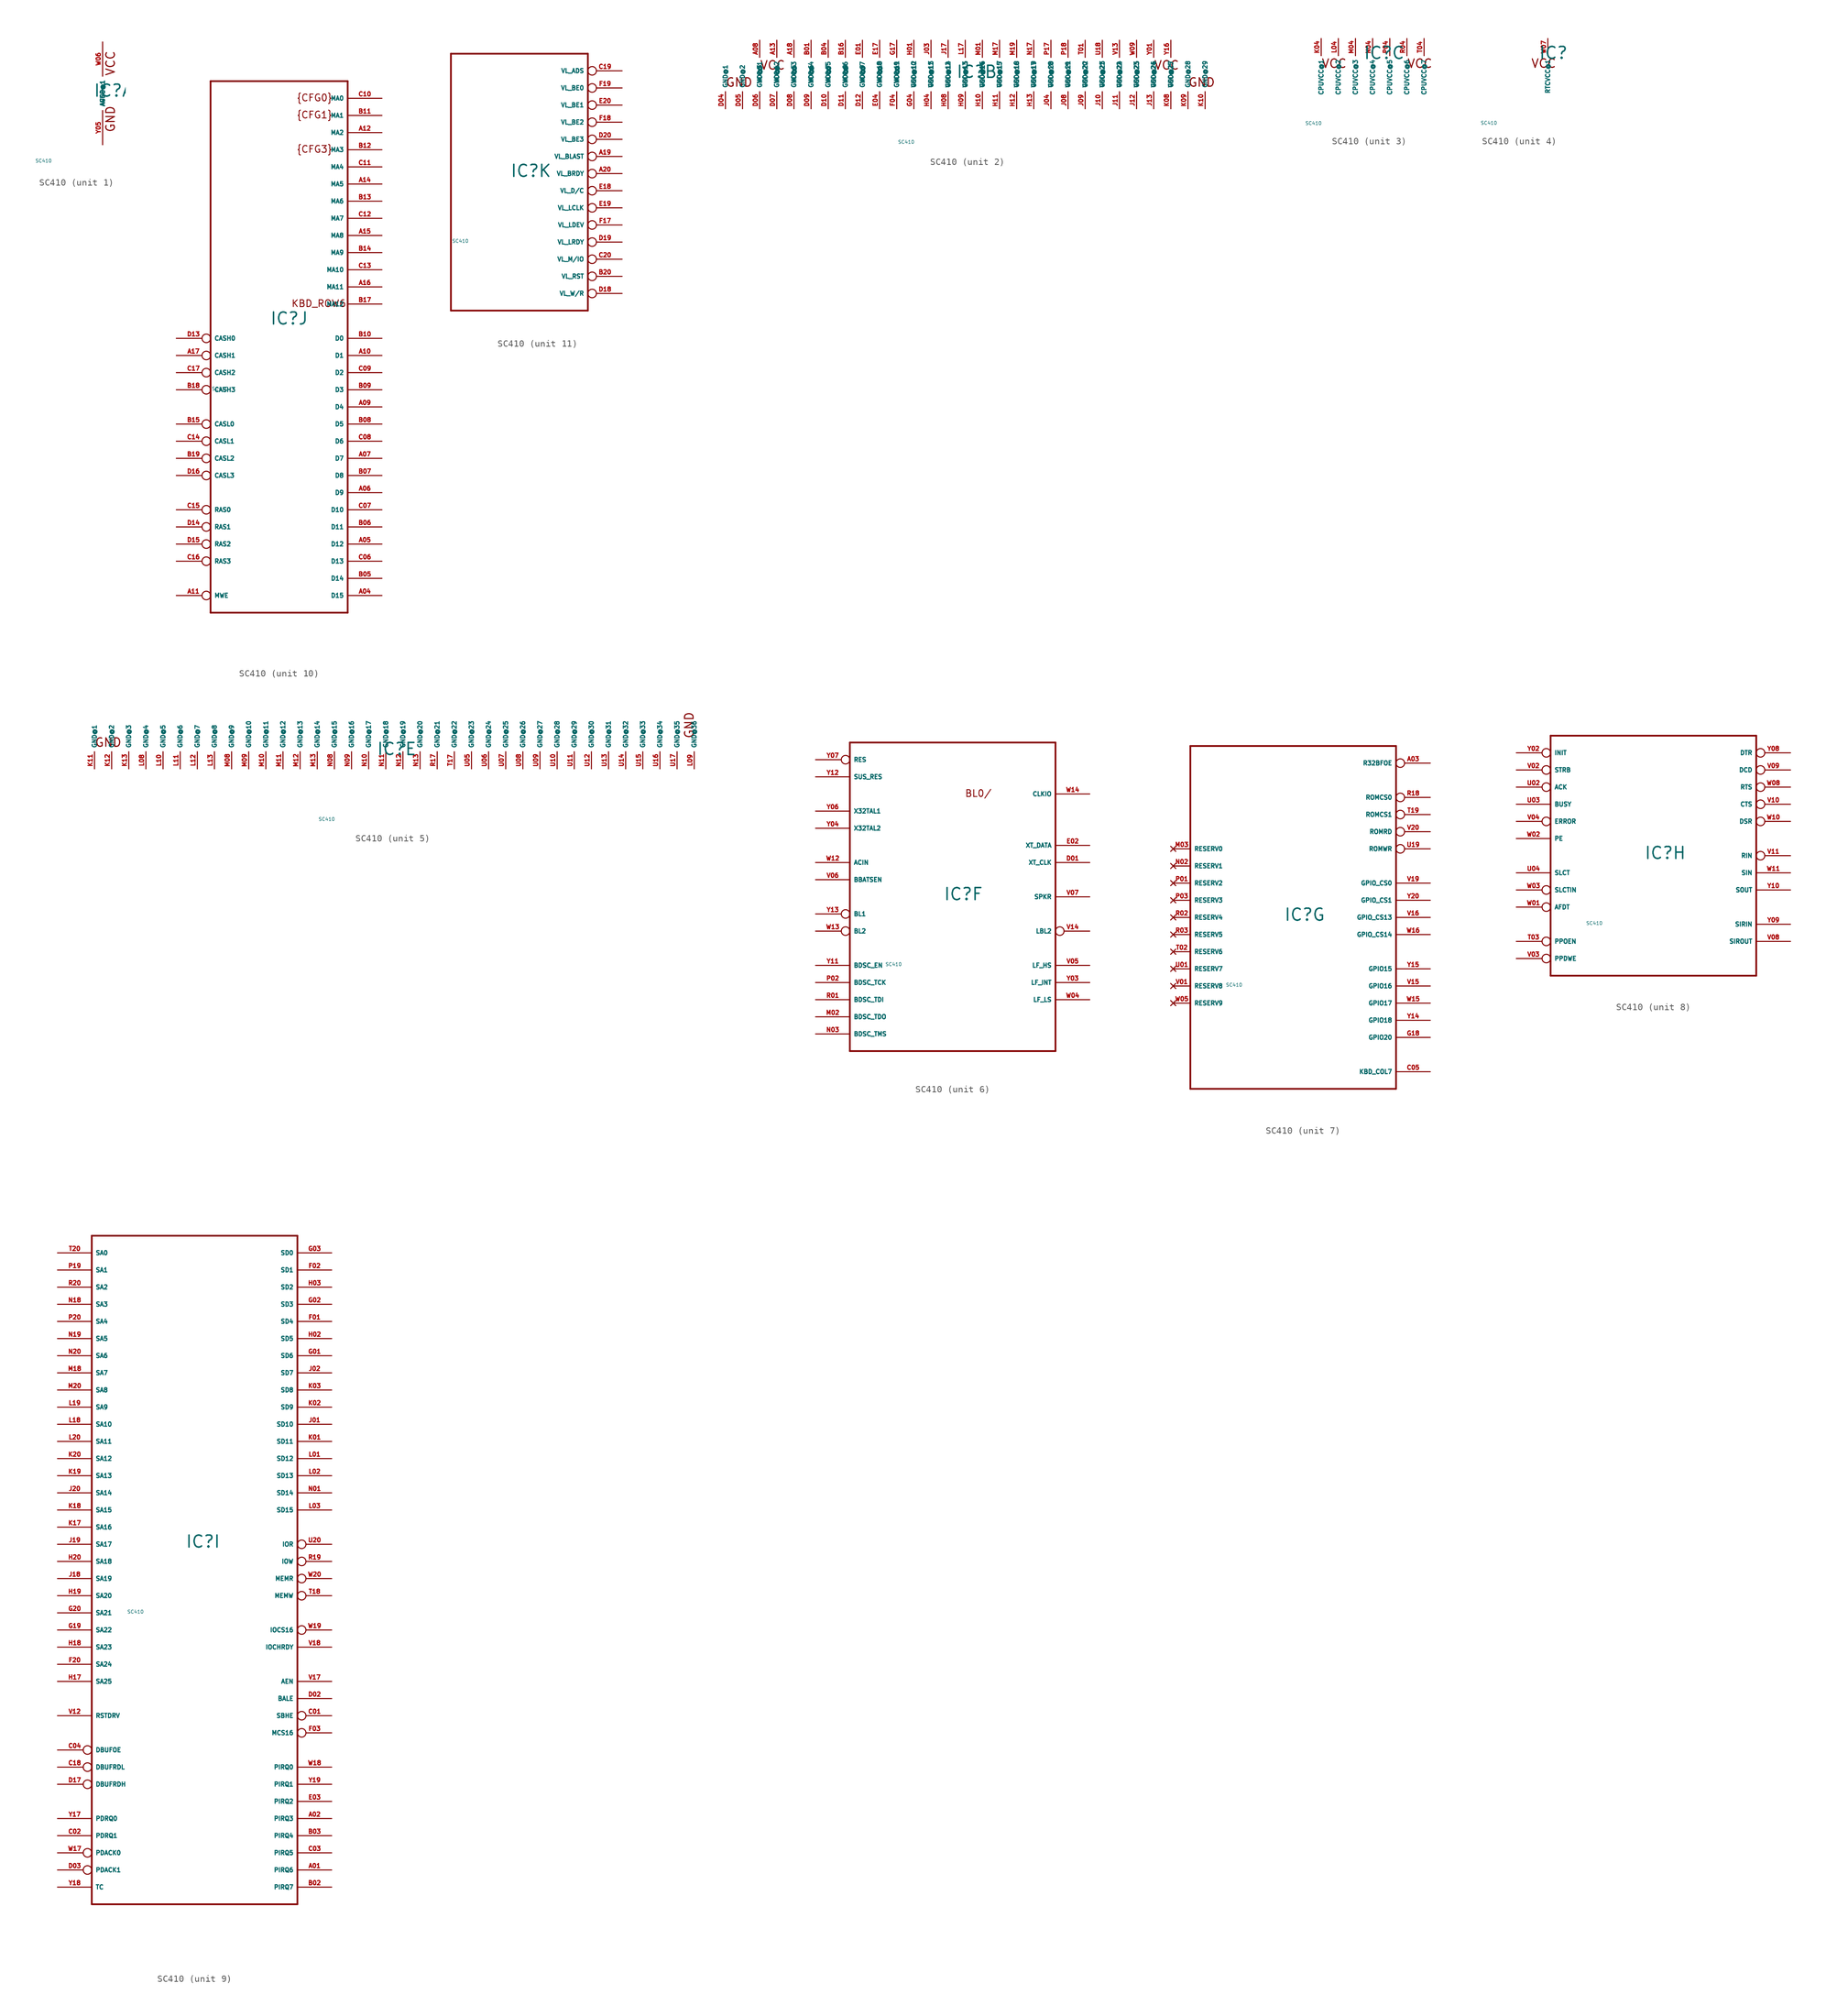
<source format=kicad_sym>
(kicad_symbol_lib
  (version 20220914)
  (generator Eagle2Kicad)
  (symbol "SC410"
    (property "Reference" "IC"
      (at -1.397 -0.635 0)
      (effects (font (size 1.778 1.778) (thickness 0.22)) (justify left bottom)))
    (property "Value" "SC410"
      (at -10 -10 0)
      (effects (font (size 0.5 0.5) (thickness 0.06)) (justify left)))
    (symbol "SC410_1_0"
      (text "VCC" (at 1.905 2.54 900) (effects (font (size 1.27 1.27) (thickness 0.16)) (justify left bottom)))
      (text "GND" (at 1.905 -5.842 900) (effects (font (size 1.27 1.27) (thickness 0.16)) (justify left bottom)))
      (pin unspecified line (at 0 7.62 270) (length 5.08) (name "AVCC@1" (effects (font (size 0.635 0.635) (thickness 0.08)) (justify left bottom))) (number "W06" (effects (font (size 0.635 0.635) (thickness 0.08)) (justify left bottom))))
      (pin unspecified line (at 0 -7.62 90) (length 5.08) (name "AGND@1" (effects (font (size 0.635 0.635) (thickness 0.08)) (justify left bottom))) (number "Y05" (effects (font (size 0.635 0.635) (thickness 0.08)) (justify left bottom)))))
    (symbol "SC410_2_0"
      (text "VCC" (at 27.94 0.635 0) (effects (font (size 1.27 1.27) (thickness 0.16)) (justify left bottom)))
      (text "GND" (at 33.02 -1.905 0) (effects (font (size 1.27 1.27) (thickness 0.16)) (justify left bottom)))
      (text "VCC " (at -30.48 0.635 0) (effects (font (size 1.27 1.27) (thickness 0.16)) (justify left bottom)))
      (text "GND " (at -35.56 -1.905 0) (effects (font (size 1.27 1.27) (thickness 0.16)) (justify left bottom)))
      (pin unspecified line (at -30.48 5.08 270) (length 2.54) (name "VCC@1" (effects (font (size 0.635 0.635) (thickness 0.08)) (justify left bottom))) (number "A08" (effects (font (size 0.635 0.635) (thickness 0.08)) (justify left bottom))))
      (pin unspecified line (at -27.94 5.08 270) (length 2.54) (name "VCC@2" (effects (font (size 0.635 0.635) (thickness 0.08)) (justify left bottom))) (number "A13" (effects (font (size 0.635 0.635) (thickness 0.08)) (justify left bottom))))
      (pin unspecified line (at -25.4 5.08 270) (length 2.54) (name "VCC@3" (effects (font (size 0.635 0.635) (thickness 0.08)) (justify left bottom))) (number "A18" (effects (font (size 0.635 0.635) (thickness 0.08)) (justify left bottom))))
      (pin unspecified line (at -22.86 5.08 270) (length 2.54) (name "VCC@4" (effects (font (size 0.635 0.635) (thickness 0.08)) (justify left bottom))) (number "B01" (effects (font (size 0.635 0.635) (thickness 0.08)) (justify left bottom))))
      (pin unspecified line (at -20.32 5.08 270) (length 2.54) (name "VCC@5" (effects (font (size 0.635 0.635) (thickness 0.08)) (justify left bottom))) (number "B04" (effects (font (size 0.635 0.635) (thickness 0.08)) (justify left bottom))))
      (pin unspecified line (at -17.78 5.08 270) (length 2.54) (name "VCC@6" (effects (font (size 0.635 0.635) (thickness 0.08)) (justify left bottom))) (number "B16" (effects (font (size 0.635 0.635) (thickness 0.08)) (justify left bottom))))
      (pin unspecified line (at -15.24 5.08 270) (length 2.54) (name "VCC@7" (effects (font (size 0.635 0.635) (thickness 0.08)) (justify left bottom))) (number "E01" (effects (font (size 0.635 0.635) (thickness 0.08)) (justify left bottom))))
      (pin unspecified line (at -12.7 5.08 270) (length 2.54) (name "VCC@8" (effects (font (size 0.635 0.635) (thickness 0.08)) (justify left bottom))) (number "E17" (effects (font (size 0.635 0.635) (thickness 0.08)) (justify left bottom))))
      (pin unspecified line (at -10.16 5.08 270) (length 2.54) (name "VCC@9" (effects (font (size 0.635 0.635) (thickness 0.08)) (justify left bottom))) (number "G17" (effects (font (size 0.635 0.635) (thickness 0.08)) (justify left bottom))))
      (pin unspecified line (at -7.62 5.08 270) (length 2.54) (name "VCC@10" (effects (font (size 0.635 0.635) (thickness 0.08)) (justify left bottom))) (number "H01" (effects (font (size 0.635 0.635) (thickness 0.08)) (justify left bottom))))
      (pin unspecified line (at -5.08 5.08 270) (length 2.54) (name "VCC@11" (effects (font (size 0.635 0.635) (thickness 0.08)) (justify left bottom))) (number "J03" (effects (font (size 0.635 0.635) (thickness 0.08)) (justify left bottom))))
      (pin unspecified line (at -2.54 5.08 270) (length 2.54) (name "VCC@12" (effects (font (size 0.635 0.635) (thickness 0.08)) (justify left bottom))) (number "J17" (effects (font (size 0.635 0.635) (thickness 0.08)) (justify left bottom))))
      (pin unspecified line (at 0 5.08 270) (length 2.54) (name "VCC@13" (effects (font (size 0.635 0.635) (thickness 0.08)) (justify left bottom))) (number "L17" (effects (font (size 0.635 0.635) (thickness 0.08)) (justify left bottom))))
      (pin unspecified line (at 2.54 5.08 270) (length 2.54) (name "VCC@14" (effects (font (size 0.635 0.635) (thickness 0.08)) (justify left bottom))) (number "M01" (effects (font (size 0.635 0.635) (thickness 0.08)) (justify left bottom))))
      (pin unspecified line (at 5.08 5.08 270) (length 2.54) (name "VCC@15" (effects (font (size 0.635 0.635) (thickness 0.08)) (justify left bottom))) (number "M17" (effects (font (size 0.635 0.635) (thickness 0.08)) (justify left bottom))))
      (pin unspecified line (at 7.62 5.08 270) (length 2.54) (name "VCC@16" (effects (font (size 0.635 0.635) (thickness 0.08)) (justify left bottom))) (number "M19" (effects (font (size 0.635 0.635) (thickness 0.08)) (justify left bottom))))
      (pin unspecified line (at 10.16 5.08 270) (length 2.54) (name "VCC@17" (effects (font (size 0.635 0.635) (thickness 0.08)) (justify left bottom))) (number "N17" (effects (font (size 0.635 0.635) (thickness 0.08)) (justify left bottom))))
      (pin unspecified line (at 12.7 5.08 270) (length 2.54) (name "VCC@18" (effects (font (size 0.635 0.635) (thickness 0.08)) (justify left bottom))) (number "P17" (effects (font (size 0.635 0.635) (thickness 0.08)) (justify left bottom))))
      (pin unspecified line (at 15.24 5.08 270) (length 2.54) (name "VCC@19" (effects (font (size 0.635 0.635) (thickness 0.08)) (justify left bottom))) (number "P18" (effects (font (size 0.635 0.635) (thickness 0.08)) (justify left bottom))))
      (pin unspecified line (at 17.78 5.08 270) (length 2.54) (name "VCC@20" (effects (font (size 0.635 0.635) (thickness 0.08)) (justify left bottom))) (number "T01" (effects (font (size 0.635 0.635) (thickness 0.08)) (justify left bottom))))
      (pin unspecified line (at 12.7 -5.08 90) (length 2.54) (name "GND@20" (effects (font (size 0.635 0.635) (thickness 0.08)) (justify left bottom))) (number "J04" (effects (font (size 0.635 0.635) (thickness 0.08)) (justify left bottom))))
      (pin unspecified line (at 10.16 -5.08 90) (length 2.54) (name "GND@19" (effects (font (size 0.635 0.635) (thickness 0.08)) (justify left bottom))) (number "H13" (effects (font (size 0.635 0.635) (thickness 0.08)) (justify left bottom))))
      (pin unspecified line (at 7.62 -5.08 90) (length 2.54) (name "GND@18" (effects (font (size 0.635 0.635) (thickness 0.08)) (justify left bottom))) (number "H12" (effects (font (size 0.635 0.635) (thickness 0.08)) (justify left bottom))))
      (pin unspecified line (at 5.08 -5.08 90) (length 2.54) (name "GND@17" (effects (font (size 0.635 0.635) (thickness 0.08)) (justify left bottom))) (number "H11" (effects (font (size 0.635 0.635) (thickness 0.08)) (justify left bottom))))
      (pin unspecified line (at 2.54 -5.08 90) (length 2.54) (name "GND@16" (effects (font (size 0.635 0.635) (thickness 0.08)) (justify left bottom))) (number "H10" (effects (font (size 0.635 0.635) (thickness 0.08)) (justify left bottom))))
      (pin unspecified line (at 0 -5.08 90) (length 2.54) (name "GND@15" (effects (font (size 0.635 0.635) (thickness 0.08)) (justify left bottom))) (number "H09" (effects (font (size 0.635 0.635) (thickness 0.08)) (justify left bottom))))
      (pin unspecified line (at -2.54 -5.08 90) (length 2.54) (name "GND@14" (effects (font (size 0.635 0.635) (thickness 0.08)) (justify left bottom))) (number "H08" (effects (font (size 0.635 0.635) (thickness 0.08)) (justify left bottom))))
      (pin unspecified line (at -5.08 -5.08 90) (length 2.54) (name "GND@13" (effects (font (size 0.635 0.635) (thickness 0.08)) (justify left bottom))) (number "H04" (effects (font (size 0.635 0.635) (thickness 0.08)) (justify left bottom))))
      (pin unspecified line (at -7.62 -5.08 90) (length 2.54) (name "GND@12" (effects (font (size 0.635 0.635) (thickness 0.08)) (justify left bottom))) (number "G04" (effects (font (size 0.635 0.635) (thickness 0.08)) (justify left bottom))))
      (pin unspecified line (at -10.16 -5.08 90) (length 2.54) (name "GND@11" (effects (font (size 0.635 0.635) (thickness 0.08)) (justify left bottom))) (number "F04" (effects (font (size 0.635 0.635) (thickness 0.08)) (justify left bottom))))
      (pin unspecified line (at -12.7 -5.08 90) (length 2.54) (name "GND@10" (effects (font (size 0.635 0.635) (thickness 0.08)) (justify left bottom))) (number "E04" (effects (font (size 0.635 0.635) (thickness 0.08)) (justify left bottom))))
      (pin unspecified line (at -15.24 -5.08 90) (length 2.54) (name "GND@9" (effects (font (size 0.635 0.635) (thickness 0.08)) (justify left bottom))) (number "D12" (effects (font (size 0.635 0.635) (thickness 0.08)) (justify left bottom))))
      (pin unspecified line (at -17.78 -5.08 90) (length 2.54) (name "GND@8" (effects (font (size 0.635 0.635) (thickness 0.08)) (justify left bottom))) (number "D11" (effects (font (size 0.635 0.635) (thickness 0.08)) (justify left bottom))))
      (pin unspecified line (at -20.32 -5.08 90) (length 2.54) (name "GND@7" (effects (font (size 0.635 0.635) (thickness 0.08)) (justify left bottom))) (number "D10" (effects (font (size 0.635 0.635) (thickness 0.08)) (justify left bottom))))
      (pin unspecified line (at -22.86 -5.08 90) (length 2.54) (name "GND@6" (effects (font (size 0.635 0.635) (thickness 0.08)) (justify left bottom))) (number "D09" (effects (font (size 0.635 0.635) (thickness 0.08)) (justify left bottom))))
      (pin unspecified line (at -25.4 -5.08 90) (length 2.54) (name "GND@5" (effects (font (size 0.635 0.635) (thickness 0.08)) (justify left bottom))) (number "D08" (effects (font (size 0.635 0.635) (thickness 0.08)) (justify left bottom))))
      (pin unspecified line (at -27.94 -5.08 90) (length 2.54) (name "GND@4" (effects (font (size 0.635 0.635) (thickness 0.08)) (justify left bottom))) (number "D07" (effects (font (size 0.635 0.635) (thickness 0.08)) (justify left bottom))))
      (pin unspecified line (at -30.48 -5.08 90) (length 2.54) (name "GND@3" (effects (font (size 0.635 0.635) (thickness 0.08)) (justify left bottom))) (number "D06" (effects (font (size 0.635 0.635) (thickness 0.08)) (justify left bottom))))
      (pin unspecified line (at -33.02 -5.08 90) (length 2.54) (name "GND@2" (effects (font (size 0.635 0.635) (thickness 0.08)) (justify left bottom))) (number "D05" (effects (font (size 0.635 0.635) (thickness 0.08)) (justify left bottom))))
      (pin unspecified line (at -35.56 -5.08 90) (length 2.54) (name "GND@1" (effects (font (size 0.635 0.635) (thickness 0.08)) (justify left bottom))) (number "D04" (effects (font (size 0.635 0.635) (thickness 0.08)) (justify left bottom))))
      (pin unspecified line (at 15.24 -5.08 90) (length 2.54) (name "GND@21" (effects (font (size 0.635 0.635) (thickness 0.08)) (justify left bottom))) (number "J08" (effects (font (size 0.635 0.635) (thickness 0.08)) (justify left bottom))))
      (pin unspecified line (at 17.78 -5.08 90) (length 2.54) (name "GND@22" (effects (font (size 0.635 0.635) (thickness 0.08)) (justify left bottom))) (number "J09" (effects (font (size 0.635 0.635) (thickness 0.08)) (justify left bottom))))
      (pin unspecified line (at 22.86 -5.08 90) (length 2.54) (name "GND@24" (effects (font (size 0.635 0.635) (thickness 0.08)) (justify left bottom))) (number "J11" (effects (font (size 0.635 0.635) (thickness 0.08)) (justify left bottom))))
      (pin unspecified line (at 25.4 -5.08 90) (length 2.54) (name "GND@25" (effects (font (size 0.635 0.635) (thickness 0.08)) (justify left bottom))) (number "J12" (effects (font (size 0.635 0.635) (thickness 0.08)) (justify left bottom))))
      (pin unspecified line (at 27.94 -5.08 90) (length 2.54) (name "GND@26" (effects (font (size 0.635 0.635) (thickness 0.08)) (justify left bottom))) (number "J13" (effects (font (size 0.635 0.635) (thickness 0.08)) (justify left bottom))))
      (pin unspecified line (at 30.48 -5.08 90) (length 2.54) (name "GND@27" (effects (font (size 0.635 0.635) (thickness 0.08)) (justify left bottom))) (number "K08" (effects (font (size 0.635 0.635) (thickness 0.08)) (justify left bottom))))
      (pin unspecified line (at 20.32 5.08 270) (length 2.54) (name "VCC@21" (effects (font (size 0.635 0.635) (thickness 0.08)) (justify left bottom))) (number "U18" (effects (font (size 0.635 0.635) (thickness 0.08)) (justify left bottom))))
      (pin unspecified line (at 22.86 5.08 270) (length 2.54) (name "VCC@22" (effects (font (size 0.635 0.635) (thickness 0.08)) (justify left bottom))) (number "V13" (effects (font (size 0.635 0.635) (thickness 0.08)) (justify left bottom))))
      (pin unspecified line (at 25.4 5.08 270) (length 2.54) (name "VCC@23" (effects (font (size 0.635 0.635) (thickness 0.08)) (justify left bottom))) (number "W09" (effects (font (size 0.635 0.635) (thickness 0.08)) (justify left bottom))))
      (pin unspecified line (at 27.94 5.08 270) (length 2.54) (name "VCC@24" (effects (font (size 0.635 0.635) (thickness 0.08)) (justify left bottom))) (number "Y01" (effects (font (size 0.635 0.635) (thickness 0.08)) (justify left bottom))))
      (pin unspecified line (at 20.32 -5.08 90) (length 2.54) (name "GND@23" (effects (font (size 0.635 0.635) (thickness 0.08)) (justify left bottom))) (number "J10" (effects (font (size 0.635 0.635) (thickness 0.08)) (justify left bottom))))
      (pin unspecified line (at 33.02 -5.08 90) (length 2.54) (name "GND@28" (effects (font (size 0.635 0.635) (thickness 0.08)) (justify left bottom))) (number "K09" (effects (font (size 0.635 0.635) (thickness 0.08)) (justify left bottom))))
      (pin unspecified line (at 35.56 -5.08 90) (length 2.54) (name "GND@29" (effects (font (size 0.635 0.635) (thickness 0.08)) (justify left bottom))) (number "K10" (effects (font (size 0.635 0.635) (thickness 0.08)) (justify left bottom))))
      (pin unspecified line (at 30.48 5.08 270) (length 2.54) (name "VCC@25" (effects (font (size 0.635 0.635) (thickness 0.08)) (justify left bottom))) (number "Y16" (effects (font (size 0.635 0.635) (thickness 0.08)) (justify left bottom)))))
    (symbol "SC410_3_0"
      (text "VCC" (at 5.08 -1.905 0) (effects (font (size 1.27 1.27) (thickness 0.16)) (justify left bottom)))
      (text "VCC " (at -7.62 -1.905 0) (effects (font (size 1.27 1.27) (thickness 0.16)) (justify left bottom)))
      (pin unspecified line (at -7.62 2.54 270) (length 2.54) (name "CPUVCC@1" (effects (font (size 0.635 0.635) (thickness 0.08)) (justify left bottom))) (number "K04" (effects (font (size 0.635 0.635) (thickness 0.08)) (justify left bottom))))
      (pin unspecified line (at -5.08 2.54 270) (length 2.54) (name "CPUVCC@2" (effects (font (size 0.635 0.635) (thickness 0.08)) (justify left bottom))) (number "L04" (effects (font (size 0.635 0.635) (thickness 0.08)) (justify left bottom))))
      (pin unspecified line (at -2.54 2.54 270) (length 2.54) (name "CPUVCC@3" (effects (font (size 0.635 0.635) (thickness 0.08)) (justify left bottom))) (number "M04" (effects (font (size 0.635 0.635) (thickness 0.08)) (justify left bottom))))
      (pin unspecified line (at 0 2.54 270) (length 2.54) (name "CPUVCC@4" (effects (font (size 0.635 0.635) (thickness 0.08)) (justify left bottom))) (number "N04" (effects (font (size 0.635 0.635) (thickness 0.08)) (justify left bottom))))
      (pin unspecified line (at 2.54 2.54 270) (length 2.54) (name "CPUVCC@5" (effects (font (size 0.635 0.635) (thickness 0.08)) (justify left bottom))) (number "P04" (effects (font (size 0.635 0.635) (thickness 0.08)) (justify left bottom))))
      (pin unspecified line (at 5.08 2.54 270) (length 2.54) (name "CPUVCC@6" (effects (font (size 0.635 0.635) (thickness 0.08)) (justify left bottom))) (number "R04" (effects (font (size 0.635 0.635) (thickness 0.08)) (justify left bottom))))
      (pin unspecified line (at 7.62 2.54 270) (length 2.54) (name "CPUVCC@7" (effects (font (size 0.635 0.635) (thickness 0.08)) (justify left bottom))) (number "T04" (effects (font (size 0.635 0.635) (thickness 0.08)) (justify left bottom)))))
    (symbol "SC410_4_0"
      (text "VCC" (at -2.54 -1.905 0) (effects (font (size 1.27 1.27) (thickness 0.16)) (justify left bottom)))
      (pin unspecified line (at 0 2.54 270) (length 2.54) (name "RTCVCC@1" (effects (font (size 0.635 0.635) (thickness 0.08)) (justify left bottom))) (number "W07" (effects (font (size 0.635 0.635) (thickness 0.08)) (justify left bottom)))))
    (symbol "SC410_5_0"
      (text "GND" (at 45.72 1.905 1800) (effects (font (size 1.27 1.27) (thickness 0.16)) (justify left bottom)))
      (text "GND " (at -43.18 0.635 0) (effects (font (size 1.27 1.27) (thickness 0.16)) (justify left bottom)))
      (pin unspecified line (at 5.08 -2.54 90) (length 2.54) (name "GND@20" (effects (font (size 0.635 0.635) (thickness 0.08)) (justify left bottom))) (number "N13" (effects (font (size 0.635 0.635) (thickness 0.08)) (justify left bottom))))
      (pin unspecified line (at 2.54 -2.54 90) (length 2.54) (name "GND@19" (effects (font (size 0.635 0.635) (thickness 0.08)) (justify left bottom))) (number "N12" (effects (font (size 0.635 0.635) (thickness 0.08)) (justify left bottom))))
      (pin unspecified line (at 0 -2.54 90) (length 2.54) (name "GND@18" (effects (font (size 0.635 0.635) (thickness 0.08)) (justify left bottom))) (number "N11" (effects (font (size 0.635 0.635) (thickness 0.08)) (justify left bottom))))
      (pin unspecified line (at -2.54 -2.54 90) (length 2.54) (name "GND@17" (effects (font (size 0.635 0.635) (thickness 0.08)) (justify left bottom))) (number "N10" (effects (font (size 0.635 0.635) (thickness 0.08)) (justify left bottom))))
      (pin unspecified line (at -5.08 -2.54 90) (length 2.54) (name "GND@16" (effects (font (size 0.635 0.635) (thickness 0.08)) (justify left bottom))) (number "N09" (effects (font (size 0.635 0.635) (thickness 0.08)) (justify left bottom))))
      (pin unspecified line (at -7.62 -2.54 90) (length 2.54) (name "GND@15" (effects (font (size 0.635 0.635) (thickness 0.08)) (justify left bottom))) (number "N08" (effects (font (size 0.635 0.635) (thickness 0.08)) (justify left bottom))))
      (pin unspecified line (at -10.16 -2.54 90) (length 2.54) (name "GND@14" (effects (font (size 0.635 0.635) (thickness 0.08)) (justify left bottom))) (number "M13" (effects (font (size 0.635 0.635) (thickness 0.08)) (justify left bottom))))
      (pin unspecified line (at -12.7 -2.54 90) (length 2.54) (name "GND@13" (effects (font (size 0.635 0.635) (thickness 0.08)) (justify left bottom))) (number "M12" (effects (font (size 0.635 0.635) (thickness 0.08)) (justify left bottom))))
      (pin unspecified line (at -15.24 -2.54 90) (length 2.54) (name "GND@12" (effects (font (size 0.635 0.635) (thickness 0.08)) (justify left bottom))) (number "M11" (effects (font (size 0.635 0.635) (thickness 0.08)) (justify left bottom))))
      (pin unspecified line (at -17.78 -2.54 90) (length 2.54) (name "GND@11" (effects (font (size 0.635 0.635) (thickness 0.08)) (justify left bottom))) (number "M10" (effects (font (size 0.635 0.635) (thickness 0.08)) (justify left bottom))))
      (pin unspecified line (at -20.32 -2.54 90) (length 2.54) (name "GND@10" (effects (font (size 0.635 0.635) (thickness 0.08)) (justify left bottom))) (number "M09" (effects (font (size 0.635 0.635) (thickness 0.08)) (justify left bottom))))
      (pin unspecified line (at -22.86 -2.54 90) (length 2.54) (name "GND@9" (effects (font (size 0.635 0.635) (thickness 0.08)) (justify left bottom))) (number "M08" (effects (font (size 0.635 0.635) (thickness 0.08)) (justify left bottom))))
      (pin unspecified line (at -25.4 -2.54 90) (length 2.54) (name "GND@8" (effects (font (size 0.635 0.635) (thickness 0.08)) (justify left bottom))) (number "L13" (effects (font (size 0.635 0.635) (thickness 0.08)) (justify left bottom))))
      (pin unspecified line (at -27.94 -2.54 90) (length 2.54) (name "GND@7" (effects (font (size 0.635 0.635) (thickness 0.08)) (justify left bottom))) (number "L12" (effects (font (size 0.635 0.635) (thickness 0.08)) (justify left bottom))))
      (pin unspecified line (at -30.48 -2.54 90) (length 2.54) (name "GND@6" (effects (font (size 0.635 0.635) (thickness 0.08)) (justify left bottom))) (number "L11" (effects (font (size 0.635 0.635) (thickness 0.08)) (justify left bottom))))
      (pin unspecified line (at -33.02 -2.54 90) (length 2.54) (name "GND@5" (effects (font (size 0.635 0.635) (thickness 0.08)) (justify left bottom))) (number "L10" (effects (font (size 0.635 0.635) (thickness 0.08)) (justify left bottom))))
      (pin unspecified line (at -35.56 -2.54 90) (length 2.54) (name "GND@4" (effects (font (size 0.635 0.635) (thickness 0.08)) (justify left bottom))) (number "L08" (effects (font (size 0.635 0.635) (thickness 0.08)) (justify left bottom))))
      (pin unspecified line (at -38.1 -2.54 90) (length 2.54) (name "GND@3" (effects (font (size 0.635 0.635) (thickness 0.08)) (justify left bottom))) (number "K13" (effects (font (size 0.635 0.635) (thickness 0.08)) (justify left bottom))))
      (pin unspecified line (at -40.64 -2.54 90) (length 2.54) (name "GND@2" (effects (font (size 0.635 0.635) (thickness 0.08)) (justify left bottom))) (number "K12" (effects (font (size 0.635 0.635) (thickness 0.08)) (justify left bottom))))
      (pin unspecified line (at -43.18 -2.54 90) (length 2.54) (name "GND@1" (effects (font (size 0.635 0.635) (thickness 0.08)) (justify left bottom))) (number "K11" (effects (font (size 0.635 0.635) (thickness 0.08)) (justify left bottom))))
      (pin unspecified line (at 7.62 -2.54 90) (length 2.54) (name "GND@21" (effects (font (size 0.635 0.635) (thickness 0.08)) (justify left bottom))) (number "R17" (effects (font (size 0.635 0.635) (thickness 0.08)) (justify left bottom))))
      (pin unspecified line (at 10.16 -2.54 90) (length 2.54) (name "GND@22" (effects (font (size 0.635 0.635) (thickness 0.08)) (justify left bottom))) (number "T17" (effects (font (size 0.635 0.635) (thickness 0.08)) (justify left bottom))))
      (pin unspecified line (at 15.24 -2.54 90) (length 2.54) (name "GND@24" (effects (font (size 0.635 0.635) (thickness 0.08)) (justify left bottom))) (number "U06" (effects (font (size 0.635 0.635) (thickness 0.08)) (justify left bottom))))
      (pin unspecified line (at 17.78 -2.54 90) (length 2.54) (name "GND@25" (effects (font (size 0.635 0.635) (thickness 0.08)) (justify left bottom))) (number "U07" (effects (font (size 0.635 0.635) (thickness 0.08)) (justify left bottom))))
      (pin unspecified line (at 20.32 -2.54 90) (length 2.54) (name "GND@26" (effects (font (size 0.635 0.635) (thickness 0.08)) (justify left bottom))) (number "U08" (effects (font (size 0.635 0.635) (thickness 0.08)) (justify left bottom))))
      (pin unspecified line (at 22.86 -2.54 90) (length 2.54) (name "GND@27" (effects (font (size 0.635 0.635) (thickness 0.08)) (justify left bottom))) (number "U09" (effects (font (size 0.635 0.635) (thickness 0.08)) (justify left bottom))))
      (pin unspecified line (at 12.7 -2.54 90) (length 2.54) (name "GND@23" (effects (font (size 0.635 0.635) (thickness 0.08)) (justify left bottom))) (number "U05" (effects (font (size 0.635 0.635) (thickness 0.08)) (justify left bottom))))
      (pin unspecified line (at 25.4 -2.54 90) (length 2.54) (name "GND@28" (effects (font (size 0.635 0.635) (thickness 0.08)) (justify left bottom))) (number "U10" (effects (font (size 0.635 0.635) (thickness 0.08)) (justify left bottom))))
      (pin unspecified line (at 27.94 -2.54 90) (length 2.54) (name "GND@29" (effects (font (size 0.635 0.635) (thickness 0.08)) (justify left bottom))) (number "U11" (effects (font (size 0.635 0.635) (thickness 0.08)) (justify left bottom))))
      (pin unspecified line (at 30.48 -2.54 90) (length 2.54) (name "GND@30" (effects (font (size 0.635 0.635) (thickness 0.08)) (justify left bottom))) (number "U12" (effects (font (size 0.635 0.635) (thickness 0.08)) (justify left bottom))))
      (pin unspecified line (at 33.02 -2.54 90) (length 2.54) (name "GND@31" (effects (font (size 0.635 0.635) (thickness 0.08)) (justify left bottom))) (number "U13" (effects (font (size 0.635 0.635) (thickness 0.08)) (justify left bottom))))
      (pin unspecified line (at 35.56 -2.54 90) (length 2.54) (name "GND@32" (effects (font (size 0.635 0.635) (thickness 0.08)) (justify left bottom))) (number "U14" (effects (font (size 0.635 0.635) (thickness 0.08)) (justify left bottom))))
      (pin unspecified line (at 38.1 -2.54 90) (length 2.54) (name "GND@33" (effects (font (size 0.635 0.635) (thickness 0.08)) (justify left bottom))) (number "U15" (effects (font (size 0.635 0.635) (thickness 0.08)) (justify left bottom))))
      (pin unspecified line (at 40.64 -2.54 90) (length 2.54) (name "GND@34" (effects (font (size 0.635 0.635) (thickness 0.08)) (justify left bottom))) (number "U16" (effects (font (size 0.635 0.635) (thickness 0.08)) (justify left bottom))))
      (pin unspecified line (at 43.18 -2.54 90) (length 2.54) (name "GND@35" (effects (font (size 0.635 0.635) (thickness 0.08)) (justify left bottom))) (number "U17" (effects (font (size 0.635 0.635) (thickness 0.08)) (justify left bottom))))
      (pin unspecified line (at 45.72 -2.54 90) (length 2.54) (name "GND@36" (effects (font (size 0.635 0.635) (thickness 0.08)) (justify left bottom))) (number "L09" (effects (font (size 0.635 0.635) (thickness 0.08)) (justify left bottom)))))
    (symbol "SC410_6_0"
      (polyline (pts (xy -15.24 22.86) (xy 15.24 22.86)) (stroke (width 0.254) (type default)) (fill (type none)))
      (polyline (pts (xy 15.24 22.86) (xy 15.24 -22.86)) (stroke (width 0.254) (type default)) (fill (type none)))
      (polyline (pts (xy 15.24 -22.86) (xy -15.24 -22.86)) (stroke (width 0.254) (type default)) (fill (type none)))
      (polyline (pts (xy -15.24 -22.86) (xy -15.24 22.86)) (stroke (width 0.254) (type default)) (fill (type none)))
      (text "BL0/" (at 1.778 14.732 0) (effects (font (size 1.016 1.016) (thickness 0.13)) (justify left bottom)))
      (pin input line (at -20.32 5.08 0) (length 5.08) (name "ACIN" (effects (font (size 0.635 0.635) (thickness 0.08)) (justify left bottom))) (number "W12" (effects (font (size 0.635 0.635) (thickness 0.08)) (justify left bottom))))
      (pin input line (at -20.32 2.54 0) (length 5.08) (name "BBATSEN" (effects (font (size 0.635 0.635) (thickness 0.08)) (justify left bottom))) (number "V06" (effects (font (size 0.635 0.635) (thickness 0.08)) (justify left bottom))))
      (pin input inverted (at -20.32 -2.54 0) (length 5.08) (name "BL1" (effects (font (size 0.635 0.635) (thickness 0.08)) (justify left bottom))) (number "Y13" (effects (font (size 0.635 0.635) (thickness 0.08)) (justify left bottom))))
      (pin input inverted (at -20.32 -5.08 0) (length 5.08) (name "BL2" (effects (font (size 0.635 0.635) (thickness 0.08)) (justify left bottom))) (number "W13" (effects (font (size 0.635 0.635) (thickness 0.08)) (justify left bottom))))
      (pin bidirectional line (at 20.32 15.24 180) (length 5.08) (name "CLKIO" (effects (font (size 0.635 0.635) (thickness 0.08)) (justify left bottom))) (number "W14" (effects (font (size 0.635 0.635) (thickness 0.08)) (justify left bottom))))
      (pin input line (at -20.32 -10.16 0) (length 5.08) (name "BDSC_EN" (effects (font (size 0.635 0.635) (thickness 0.08)) (justify left bottom))) (number "Y11" (effects (font (size 0.635 0.635) (thickness 0.08)) (justify left bottom))))
      (pin input line (at -20.32 -12.7 0) (length 5.08) (name "BDSC_TCK" (effects (font (size 0.635 0.635) (thickness 0.08)) (justify left bottom))) (number "P02" (effects (font (size 0.635 0.635) (thickness 0.08)) (justify left bottom))))
      (pin input line (at -20.32 -15.24 0) (length 5.08) (name "BDSC_TDI" (effects (font (size 0.635 0.635) (thickness 0.08)) (justify left bottom))) (number "R01" (effects (font (size 0.635 0.635) (thickness 0.08)) (justify left bottom))))
      (pin input line (at -20.32 -17.78 0) (length 5.08) (name "BDSC_TDO" (effects (font (size 0.635 0.635) (thickness 0.08)) (justify left bottom))) (number "M02" (effects (font (size 0.635 0.635) (thickness 0.08)) (justify left bottom))))
      (pin input line (at -20.32 -20.32 0) (length 5.08) (name "BDSC_TMS" (effects (font (size 0.635 0.635) (thickness 0.08)) (justify left bottom))) (number "N03" (effects (font (size 0.635 0.635) (thickness 0.08)) (justify left bottom))))
      (pin input line (at -20.32 17.78 0) (length 5.08) (name "SUS_RES" (effects (font (size 0.635 0.635) (thickness 0.08)) (justify left bottom))) (number "Y12" (effects (font (size 0.635 0.635) (thickness 0.08)) (justify left bottom))))
      (pin input inverted (at -20.32 20.32 0) (length 5.08) (name "RES" (effects (font (size 0.635 0.635) (thickness 0.08)) (justify left bottom))) (number "Y07" (effects (font (size 0.635 0.635) (thickness 0.08)) (justify left bottom))))
      (pin bidirectional line (at 20.32 7.62 180) (length 5.08) (name "XT_DATA" (effects (font (size 0.635 0.635) (thickness 0.08)) (justify left bottom))) (number "E02" (effects (font (size 0.635 0.635) (thickness 0.08)) (justify left bottom))))
      (pin bidirectional line (at 20.32 5.08 180) (length 5.08) (name "XT_CLK" (effects (font (size 0.635 0.635) (thickness 0.08)) (justify left bottom))) (number "D01" (effects (font (size 0.635 0.635) (thickness 0.08)) (justify left bottom))))
      (pin output line (at 20.32 0 180) (length 5.08) (name "SPKR" (effects (font (size 0.635 0.635) (thickness 0.08)) (justify left bottom))) (number "V07" (effects (font (size 0.635 0.635) (thickness 0.08)) (justify left bottom))))
      (pin input line (at -20.32 12.7 0) (length 5.08) (name "X32TAL1" (effects (font (size 0.635 0.635) (thickness 0.08)) (justify left bottom))) (number "Y06" (effects (font (size 0.635 0.635) (thickness 0.08)) (justify left bottom))))
      (pin input line (at -20.32 10.16 0) (length 5.08) (name "X32TAL2" (effects (font (size 0.635 0.635) (thickness 0.08)) (justify left bottom))) (number "Y04" (effects (font (size 0.635 0.635) (thickness 0.08)) (justify left bottom))))
      (pin output line (at 20.32 -15.24 180) (length 5.08) (name "LF_LS" (effects (font (size 0.635 0.635) (thickness 0.08)) (justify left bottom))) (number "W04" (effects (font (size 0.635 0.635) (thickness 0.08)) (justify left bottom))))
      (pin output line (at 20.32 -12.7 180) (length 5.08) (name "LF_INT" (effects (font (size 0.635 0.635) (thickness 0.08)) (justify left bottom))) (number "Y03" (effects (font (size 0.635 0.635) (thickness 0.08)) (justify left bottom))))
      (pin output line (at 20.32 -10.16 180) (length 5.08) (name "LF_HS" (effects (font (size 0.635 0.635) (thickness 0.08)) (justify left bottom))) (number "V05" (effects (font (size 0.635 0.635) (thickness 0.08)) (justify left bottom))))
      (pin output inverted (at 20.32 -5.08 180) (length 5.08) (name "LBL2" (effects (font (size 0.635 0.635) (thickness 0.08)) (justify left bottom))) (number "V14" (effects (font (size 0.635 0.635) (thickness 0.08)) (justify left bottom)))))
    (symbol "SC410_7_0"
      (polyline (pts (xy -15.24 25.4) (xy 15.24 25.4)) (stroke (width 0.254) (type default)) (fill (type none)))
      (polyline (pts (xy 15.24 25.4) (xy 15.24 -25.4)) (stroke (width 0.254) (type default)) (fill (type none)))
      (polyline (pts (xy 15.24 -25.4) (xy -15.24 -25.4)) (stroke (width 0.254) (type default)) (fill (type none)))
      (polyline (pts (xy -15.24 -25.4) (xy -15.24 25.4)) (stroke (width 0.254) (type default)) (fill (type none)))
      (pin output inverted (at 20.32 22.86 180) (length 5.08) (name "R32BFOE" (effects (font (size 0.635 0.635) (thickness 0.08)) (justify left bottom))) (number "A03" (effects (font (size 0.635 0.635) (thickness 0.08)) (justify left bottom))))
      (pin output inverted (at 20.32 17.78 180) (length 5.08) (name "ROMCS0" (effects (font (size 0.635 0.635) (thickness 0.08)) (justify left bottom))) (number "R18" (effects (font (size 0.635 0.635) (thickness 0.08)) (justify left bottom))))
      (pin output inverted (at 20.32 15.24 180) (length 5.08) (name "ROMCS1" (effects (font (size 0.635 0.635) (thickness 0.08)) (justify left bottom))) (number "T19" (effects (font (size 0.635 0.635) (thickness 0.08)) (justify left bottom))))
      (pin output inverted (at 20.32 12.7 180) (length 5.08) (name "ROMRD" (effects (font (size 0.635 0.635) (thickness 0.08)) (justify left bottom))) (number "V20" (effects (font (size 0.635 0.635) (thickness 0.08)) (justify left bottom))))
      (pin output inverted (at 20.32 10.16 180) (length 5.08) (name "ROMWR" (effects (font (size 0.635 0.635) (thickness 0.08)) (justify left bottom))) (number "U19" (effects (font (size 0.635 0.635) (thickness 0.08)) (justify left bottom))))
      (pin output line (at 20.32 5.08 180) (length 5.08) (name "GPIO_CS0" (effects (font (size 0.635 0.635) (thickness 0.08)) (justify left bottom))) (number "V19" (effects (font (size 0.635 0.635) (thickness 0.08)) (justify left bottom))))
      (pin output line (at 20.32 2.54 180) (length 5.08) (name "GPIO_CS1" (effects (font (size 0.635 0.635) (thickness 0.08)) (justify left bottom))) (number "Y20" (effects (font (size 0.635 0.635) (thickness 0.08)) (justify left bottom))))
      (pin output line (at 20.32 0 180) (length 5.08) (name "GPIO_CS13" (effects (font (size 0.635 0.635) (thickness 0.08)) (justify left bottom))) (number "V16" (effects (font (size 0.635 0.635) (thickness 0.08)) (justify left bottom))))
      (pin output line (at 20.32 -2.54 180) (length 5.08) (name "GPIO_CS14" (effects (font (size 0.635 0.635) (thickness 0.08)) (justify left bottom))) (number "W16" (effects (font (size 0.635 0.635) (thickness 0.08)) (justify left bottom))))
      (pin output line (at 20.32 -7.62 180) (length 5.08) (name "GPIO15" (effects (font (size 0.635 0.635) (thickness 0.08)) (justify left bottom))) (number "Y15" (effects (font (size 0.635 0.635) (thickness 0.08)) (justify left bottom))))
      (pin output line (at 20.32 -10.16 180) (length 5.08) (name "GPIO16" (effects (font (size 0.635 0.635) (thickness 0.08)) (justify left bottom))) (number "V15" (effects (font (size 0.635 0.635) (thickness 0.08)) (justify left bottom))))
      (pin output line (at 20.32 -12.7 180) (length 5.08) (name "GPIO17" (effects (font (size 0.635 0.635) (thickness 0.08)) (justify left bottom))) (number "W15" (effects (font (size 0.635 0.635) (thickness 0.08)) (justify left bottom))))
      (pin output line (at 20.32 -15.24 180) (length 5.08) (name "GPIO18" (effects (font (size 0.635 0.635) (thickness 0.08)) (justify left bottom))) (number "Y14" (effects (font (size 0.635 0.635) (thickness 0.08)) (justify left bottom))))
      (pin output line (at 20.32 -17.78 180) (length 5.08) (name "GPIO20" (effects (font (size 0.635 0.635) (thickness 0.08)) (justify left bottom))) (number "G18" (effects (font (size 0.635 0.635) (thickness 0.08)) (justify left bottom))))
      (pin output line (at 20.32 -22.86 180) (length 5.08) (name "KBD_COL7" (effects (font (size 0.635 0.635) (thickness 0.08)) (justify left bottom))) (number "C05" (effects (font (size 0.635 0.635) (thickness 0.08)) (justify left bottom))))
      (pin no_connect line (at -17.78 10.16 0) (length 2.54) (name "RESERV0" (effects (font (size 0.635 0.635) (thickness 0.08)) (justify left bottom) hide)) (number "M03" (effects (font (size 0.635 0.635) (thickness 0.08)) (justify left bottom) hide)))
      (pin no_connect line (at -17.78 7.62 0) (length 2.54) (name "RESERV1" (effects (font (size 0.635 0.635) (thickness 0.08)) (justify left bottom) hide)) (number "N02" (effects (font (size 0.635 0.635) (thickness 0.08)) (justify left bottom) hide)))
      (pin no_connect line (at -17.78 5.08 0) (length 2.54) (name "RESERV2" (effects (font (size 0.635 0.635) (thickness 0.08)) (justify left bottom) hide)) (number "P01" (effects (font (size 0.635 0.635) (thickness 0.08)) (justify left bottom) hide)))
      (pin no_connect line (at -17.78 2.54 0) (length 2.54) (name "RESERV3" (effects (font (size 0.635 0.635) (thickness 0.08)) (justify left bottom) hide)) (number "P03" (effects (font (size 0.635 0.635) (thickness 0.08)) (justify left bottom) hide)))
      (pin no_connect line (at -17.78 0 0) (length 2.54) (name "RESERV4" (effects (font (size 0.635 0.635) (thickness 0.08)) (justify left bottom) hide)) (number "R02" (effects (font (size 0.635 0.635) (thickness 0.08)) (justify left bottom) hide)))
      (pin no_connect line (at -17.78 -2.54 0) (length 2.54) (name "RESERV5" (effects (font (size 0.635 0.635) (thickness 0.08)) (justify left bottom) hide)) (number "R03" (effects (font (size 0.635 0.635) (thickness 0.08)) (justify left bottom) hide)))
      (pin no_connect line (at -17.78 -5.08 0) (length 2.54) (name "RESERV6" (effects (font (size 0.635 0.635) (thickness 0.08)) (justify left bottom) hide)) (number "T02" (effects (font (size 0.635 0.635) (thickness 0.08)) (justify left bottom) hide)))
      (pin no_connect line (at -17.78 -7.62 0) (length 2.54) (name "RESERV7" (effects (font (size 0.635 0.635) (thickness 0.08)) (justify left bottom) hide)) (number "U01" (effects (font (size 0.635 0.635) (thickness 0.08)) (justify left bottom) hide)))
      (pin no_connect line (at -17.78 -10.16 0) (length 2.54) (name "RESERV8" (effects (font (size 0.635 0.635) (thickness 0.08)) (justify left bottom) hide)) (number "V01" (effects (font (size 0.635 0.635) (thickness 0.08)) (justify left bottom) hide)))
      (pin no_connect line (at -17.78 -12.7 0) (length 2.54) (name "RESERV9" (effects (font (size 0.635 0.635) (thickness 0.08)) (justify left bottom) hide)) (number "W05" (effects (font (size 0.635 0.635) (thickness 0.08)) (justify left bottom) hide))))
    (symbol "SC410_8_0"
      (polyline (pts (xy -15.24 17.78) (xy 15.24 17.78)) (stroke (width 0.254) (type default)) (fill (type none)))
      (polyline (pts (xy 15.24 17.78) (xy 15.24 -17.78)) (stroke (width 0.254) (type default)) (fill (type none)))
      (polyline (pts (xy 15.24 -17.78) (xy -15.24 -17.78)) (stroke (width 0.254) (type default)) (fill (type none)))
      (polyline (pts (xy -15.24 -17.78) (xy -15.24 17.78)) (stroke (width 0.254) (type default)) (fill (type none)))
      (pin output inverted (at 20.32 15.24 180) (length 5.08) (name "DTR" (effects (font (size 0.635 0.635) (thickness 0.08)) (justify left bottom))) (number "Y08" (effects (font (size 0.635 0.635) (thickness 0.08)) (justify left bottom))))
      (pin input inverted (at 20.32 12.7 180) (length 5.08) (name "DCD" (effects (font (size 0.635 0.635) (thickness 0.08)) (justify left bottom))) (number "V09" (effects (font (size 0.635 0.635) (thickness 0.08)) (justify left bottom))))
      (pin output inverted (at 20.32 10.16 180) (length 5.08) (name "RTS" (effects (font (size 0.635 0.635) (thickness 0.08)) (justify left bottom))) (number "W08" (effects (font (size 0.635 0.635) (thickness 0.08)) (justify left bottom))))
      (pin output inverted (at 20.32 7.62 180) (length 5.08) (name "CTS" (effects (font (size 0.635 0.635) (thickness 0.08)) (justify left bottom))) (number "V10" (effects (font (size 0.635 0.635) (thickness 0.08)) (justify left bottom))))
      (pin input inverted (at 20.32 5.08 180) (length 5.08) (name "DSR" (effects (font (size 0.635 0.635) (thickness 0.08)) (justify left bottom))) (number "W10" (effects (font (size 0.635 0.635) (thickness 0.08)) (justify left bottom))))
      (pin input inverted (at 20.32 0 180) (length 5.08) (name "RIN" (effects (font (size 0.635 0.635) (thickness 0.08)) (justify left bottom))) (number "V11" (effects (font (size 0.635 0.635) (thickness 0.08)) (justify left bottom))))
      (pin input line (at 20.32 -2.54 180) (length 5.08) (name "SIN" (effects (font (size 0.635 0.635) (thickness 0.08)) (justify left bottom))) (number "W11" (effects (font (size 0.635 0.635) (thickness 0.08)) (justify left bottom))))
      (pin output line (at 20.32 -5.08 180) (length 5.08) (name "SOUT" (effects (font (size 0.635 0.635) (thickness 0.08)) (justify left bottom))) (number "Y10" (effects (font (size 0.635 0.635) (thickness 0.08)) (justify left bottom))))
      (pin input line (at 20.32 -10.16 180) (length 5.08) (name "SIRIN" (effects (font (size 0.635 0.635) (thickness 0.08)) (justify left bottom))) (number "Y09" (effects (font (size 0.635 0.635) (thickness 0.08)) (justify left bottom))))
      (pin output line (at 20.32 -12.7 180) (length 5.08) (name "SIROUT" (effects (font (size 0.635 0.635) (thickness 0.08)) (justify left bottom))) (number "V08" (effects (font (size 0.635 0.635) (thickness 0.08)) (justify left bottom))))
      (pin input inverted (at -20.32 10.16 0) (length 5.08) (name "ACK" (effects (font (size 0.635 0.635) (thickness 0.08)) (justify left bottom))) (number "U02" (effects (font (size 0.635 0.635) (thickness 0.08)) (justify left bottom))))
      (pin output inverted (at -20.32 -7.62 0) (length 5.08) (name "AFDT" (effects (font (size 0.635 0.635) (thickness 0.08)) (justify left bottom))) (number "W01" (effects (font (size 0.635 0.635) (thickness 0.08)) (justify left bottom))))
      (pin input line (at -20.32 7.62 0) (length 5.08) (name "BUSY" (effects (font (size 0.635 0.635) (thickness 0.08)) (justify left bottom))) (number "U03" (effects (font (size 0.635 0.635) (thickness 0.08)) (justify left bottom))))
      (pin input inverted (at -20.32 5.08 0) (length 5.08) (name "ERROR" (effects (font (size 0.635 0.635) (thickness 0.08)) (justify left bottom))) (number "V04" (effects (font (size 0.635 0.635) (thickness 0.08)) (justify left bottom))))
      (pin output inverted (at -20.32 15.24 0) (length 5.08) (name "INIT" (effects (font (size 0.635 0.635) (thickness 0.08)) (justify left bottom))) (number "Y02" (effects (font (size 0.635 0.635) (thickness 0.08)) (justify left bottom))))
      (pin input line (at -20.32 2.54 0) (length 5.08) (name "PE" (effects (font (size 0.635 0.635) (thickness 0.08)) (justify left bottom))) (number "W02" (effects (font (size 0.635 0.635) (thickness 0.08)) (justify left bottom))))
      (pin output inverted (at -20.32 -15.24 0) (length 5.08) (name "PPDWE" (effects (font (size 0.635 0.635) (thickness 0.08)) (justify left bottom))) (number "V03" (effects (font (size 0.635 0.635) (thickness 0.08)) (justify left bottom))))
      (pin output inverted (at -20.32 -12.7 0) (length 5.08) (name "PPOEN" (effects (font (size 0.635 0.635) (thickness 0.08)) (justify left bottom))) (number "T03" (effects (font (size 0.635 0.635) (thickness 0.08)) (justify left bottom))))
      (pin input line (at -20.32 -2.54 0) (length 5.08) (name "SLCT" (effects (font (size 0.635 0.635) (thickness 0.08)) (justify left bottom))) (number "U04" (effects (font (size 0.635 0.635) (thickness 0.08)) (justify left bottom))))
      (pin output inverted (at -20.32 -5.08 0) (length 5.08) (name "SLCTIN" (effects (font (size 0.635 0.635) (thickness 0.08)) (justify left bottom))) (number "W03" (effects (font (size 0.635 0.635) (thickness 0.08)) (justify left bottom))))
      (pin output inverted (at -20.32 12.7 0) (length 5.08) (name "STRB" (effects (font (size 0.635 0.635) (thickness 0.08)) (justify left bottom))) (number "V02" (effects (font (size 0.635 0.635) (thickness 0.08)) (justify left bottom)))))
    (symbol "SC410_9_0"
      (polyline (pts (xy -15.24 45.72) (xy 15.24 45.72)) (stroke (width 0.254) (type default)) (fill (type none)))
      (polyline (pts (xy 15.24 45.72) (xy 15.24 -53.34)) (stroke (width 0.254) (type default)) (fill (type none)))
      (polyline (pts (xy 15.24 -53.34) (xy -15.24 -53.34)) (stroke (width 0.254) (type default)) (fill (type none)))
      (polyline (pts (xy -15.24 -53.34) (xy -15.24 45.72)) (stroke (width 0.254) (type default)) (fill (type none)))
      (pin bidirectional line (at 20.32 43.18 180) (length 5.08) (name "SD0" (effects (font (size 0.635 0.635) (thickness 0.08)) (justify left bottom))) (number "G03" (effects (font (size 0.635 0.635) (thickness 0.08)) (justify left bottom))))
      (pin bidirectional line (at 20.32 40.64 180) (length 5.08) (name "SD1" (effects (font (size 0.635 0.635) (thickness 0.08)) (justify left bottom))) (number "F02" (effects (font (size 0.635 0.635) (thickness 0.08)) (justify left bottom))))
      (pin bidirectional line (at 20.32 38.1 180) (length 5.08) (name "SD2" (effects (font (size 0.635 0.635) (thickness 0.08)) (justify left bottom))) (number "H03" (effects (font (size 0.635 0.635) (thickness 0.08)) (justify left bottom))))
      (pin bidirectional line (at 20.32 35.56 180) (length 5.08) (name "SD3" (effects (font (size 0.635 0.635) (thickness 0.08)) (justify left bottom))) (number "G02" (effects (font (size 0.635 0.635) (thickness 0.08)) (justify left bottom))))
      (pin bidirectional line (at 20.32 33.02 180) (length 5.08) (name "SD4" (effects (font (size 0.635 0.635) (thickness 0.08)) (justify left bottom))) (number "F01" (effects (font (size 0.635 0.635) (thickness 0.08)) (justify left bottom))))
      (pin bidirectional line (at 20.32 30.48 180) (length 5.08) (name "SD5" (effects (font (size 0.635 0.635) (thickness 0.08)) (justify left bottom))) (number "H02" (effects (font (size 0.635 0.635) (thickness 0.08)) (justify left bottom))))
      (pin bidirectional line (at 20.32 27.94 180) (length 5.08) (name "SD6" (effects (font (size 0.635 0.635) (thickness 0.08)) (justify left bottom))) (number "G01" (effects (font (size 0.635 0.635) (thickness 0.08)) (justify left bottom))))
      (pin bidirectional line (at 20.32 25.4 180) (length 5.08) (name "SD7" (effects (font (size 0.635 0.635) (thickness 0.08)) (justify left bottom))) (number "J02" (effects (font (size 0.635 0.635) (thickness 0.08)) (justify left bottom))))
      (pin bidirectional line (at 20.32 22.86 180) (length 5.08) (name "SD8" (effects (font (size 0.635 0.635) (thickness 0.08)) (justify left bottom))) (number "K03" (effects (font (size 0.635 0.635) (thickness 0.08)) (justify left bottom))))
      (pin bidirectional line (at 20.32 20.32 180) (length 5.08) (name "SD9" (effects (font (size 0.635 0.635) (thickness 0.08)) (justify left bottom))) (number "K02" (effects (font (size 0.635 0.635) (thickness 0.08)) (justify left bottom))))
      (pin bidirectional line (at 20.32 17.78 180) (length 5.08) (name "SD10" (effects (font (size 0.635 0.635) (thickness 0.08)) (justify left bottom))) (number "J01" (effects (font (size 0.635 0.635) (thickness 0.08)) (justify left bottom))))
      (pin bidirectional line (at 20.32 15.24 180) (length 5.08) (name "SD11" (effects (font (size 0.635 0.635) (thickness 0.08)) (justify left bottom))) (number "K01" (effects (font (size 0.635 0.635) (thickness 0.08)) (justify left bottom))))
      (pin bidirectional line (at 20.32 12.7 180) (length 5.08) (name "SD12" (effects (font (size 0.635 0.635) (thickness 0.08)) (justify left bottom))) (number "L01" (effects (font (size 0.635 0.635) (thickness 0.08)) (justify left bottom))))
      (pin bidirectional line (at 20.32 10.16 180) (length 5.08) (name "SD13" (effects (font (size 0.635 0.635) (thickness 0.08)) (justify left bottom))) (number "L02" (effects (font (size 0.635 0.635) (thickness 0.08)) (justify left bottom))))
      (pin bidirectional line (at 20.32 7.62 180) (length 5.08) (name "SD14" (effects (font (size 0.635 0.635) (thickness 0.08)) (justify left bottom))) (number "N01" (effects (font (size 0.635 0.635) (thickness 0.08)) (justify left bottom))))
      (pin bidirectional line (at 20.32 5.08 180) (length 5.08) (name "SD15" (effects (font (size 0.635 0.635) (thickness 0.08)) (justify left bottom))) (number "L03" (effects (font (size 0.635 0.635) (thickness 0.08)) (justify left bottom))))
      (pin output line (at -20.32 43.18 0) (length 5.08) (name "SA0" (effects (font (size 0.635 0.635) (thickness 0.08)) (justify left bottom))) (number "T20" (effects (font (size 0.635 0.635) (thickness 0.08)) (justify left bottom))))
      (pin output line (at -20.32 40.64 0) (length 5.08) (name "SA1" (effects (font (size 0.635 0.635) (thickness 0.08)) (justify left bottom))) (number "P19" (effects (font (size 0.635 0.635) (thickness 0.08)) (justify left bottom))))
      (pin output line (at -20.32 38.1 0) (length 5.08) (name "SA2" (effects (font (size 0.635 0.635) (thickness 0.08)) (justify left bottom))) (number "R20" (effects (font (size 0.635 0.635) (thickness 0.08)) (justify left bottom))))
      (pin output line (at -20.32 35.56 0) (length 5.08) (name "SA3" (effects (font (size 0.635 0.635) (thickness 0.08)) (justify left bottom))) (number "N18" (effects (font (size 0.635 0.635) (thickness 0.08)) (justify left bottom))))
      (pin output line (at -20.32 33.02 0) (length 5.08) (name "SA4" (effects (font (size 0.635 0.635) (thickness 0.08)) (justify left bottom))) (number "P20" (effects (font (size 0.635 0.635) (thickness 0.08)) (justify left bottom))))
      (pin output line (at -20.32 30.48 0) (length 5.08) (name "SA5" (effects (font (size 0.635 0.635) (thickness 0.08)) (justify left bottom))) (number "N19" (effects (font (size 0.635 0.635) (thickness 0.08)) (justify left bottom))))
      (pin output line (at -20.32 27.94 0) (length 5.08) (name "SA6" (effects (font (size 0.635 0.635) (thickness 0.08)) (justify left bottom))) (number "N20" (effects (font (size 0.635 0.635) (thickness 0.08)) (justify left bottom))))
      (pin output line (at -20.32 25.4 0) (length 5.08) (name "SA7" (effects (font (size 0.635 0.635) (thickness 0.08)) (justify left bottom))) (number "M18" (effects (font (size 0.635 0.635) (thickness 0.08)) (justify left bottom))))
      (pin output line (at -20.32 22.86 0) (length 5.08) (name "SA8" (effects (font (size 0.635 0.635) (thickness 0.08)) (justify left bottom))) (number "M20" (effects (font (size 0.635 0.635) (thickness 0.08)) (justify left bottom))))
      (pin output line (at -20.32 20.32 0) (length 5.08) (name "SA9" (effects (font (size 0.635 0.635) (thickness 0.08)) (justify left bottom))) (number "L19" (effects (font (size 0.635 0.635) (thickness 0.08)) (justify left bottom))))
      (pin output line (at -20.32 17.78 0) (length 5.08) (name "SA10" (effects (font (size 0.635 0.635) (thickness 0.08)) (justify left bottom))) (number "L18" (effects (font (size 0.635 0.635) (thickness 0.08)) (justify left bottom))))
      (pin output line (at -20.32 15.24 0) (length 5.08) (name "SA11" (effects (font (size 0.635 0.635) (thickness 0.08)) (justify left bottom))) (number "L20" (effects (font (size 0.635 0.635) (thickness 0.08)) (justify left bottom))))
      (pin output line (at -20.32 12.7 0) (length 5.08) (name "SA12" (effects (font (size 0.635 0.635) (thickness 0.08)) (justify left bottom))) (number "K20" (effects (font (size 0.635 0.635) (thickness 0.08)) (justify left bottom))))
      (pin output line (at -20.32 10.16 0) (length 5.08) (name "SA13" (effects (font (size 0.635 0.635) (thickness 0.08)) (justify left bottom))) (number "K19" (effects (font (size 0.635 0.635) (thickness 0.08)) (justify left bottom))))
      (pin output line (at -20.32 7.62 0) (length 5.08) (name "SA14" (effects (font (size 0.635 0.635) (thickness 0.08)) (justify left bottom))) (number "J20" (effects (font (size 0.635 0.635) (thickness 0.08)) (justify left bottom))))
      (pin output line (at -20.32 5.08 0) (length 5.08) (name "SA15" (effects (font (size 0.635 0.635) (thickness 0.08)) (justify left bottom))) (number "K18" (effects (font (size 0.635 0.635) (thickness 0.08)) (justify left bottom))))
      (pin output line (at -20.32 2.54 0) (length 5.08) (name "SA16" (effects (font (size 0.635 0.635) (thickness 0.08)) (justify left bottom))) (number "K17" (effects (font (size 0.635 0.635) (thickness 0.08)) (justify left bottom))))
      (pin output line (at -20.32 0 0) (length 5.08) (name "SA17" (effects (font (size 0.635 0.635) (thickness 0.08)) (justify left bottom))) (number "J19" (effects (font (size 0.635 0.635) (thickness 0.08)) (justify left bottom))))
      (pin output line (at -20.32 -2.54 0) (length 5.08) (name "SA18" (effects (font (size 0.635 0.635) (thickness 0.08)) (justify left bottom))) (number "H20" (effects (font (size 0.635 0.635) (thickness 0.08)) (justify left bottom))))
      (pin output line (at -20.32 -5.08 0) (length 5.08) (name "SA19" (effects (font (size 0.635 0.635) (thickness 0.08)) (justify left bottom))) (number "J18" (effects (font (size 0.635 0.635) (thickness 0.08)) (justify left bottom))))
      (pin output line (at -20.32 -7.62 0) (length 5.08) (name "SA20" (effects (font (size 0.635 0.635) (thickness 0.08)) (justify left bottom))) (number "H19" (effects (font (size 0.635 0.635) (thickness 0.08)) (justify left bottom))))
      (pin output line (at -20.32 -10.16 0) (length 5.08) (name "SA21" (effects (font (size 0.635 0.635) (thickness 0.08)) (justify left bottom))) (number "G20" (effects (font (size 0.635 0.635) (thickness 0.08)) (justify left bottom))))
      (pin output line (at -20.32 -12.7 0) (length 5.08) (name "SA22" (effects (font (size 0.635 0.635) (thickness 0.08)) (justify left bottom))) (number "G19" (effects (font (size 0.635 0.635) (thickness 0.08)) (justify left bottom))))
      (pin output line (at -20.32 -15.24 0) (length 5.08) (name "SA23" (effects (font (size 0.635 0.635) (thickness 0.08)) (justify left bottom))) (number "H18" (effects (font (size 0.635 0.635) (thickness 0.08)) (justify left bottom))))
      (pin output line (at -20.32 -17.78 0) (length 5.08) (name "SA24" (effects (font (size 0.635 0.635) (thickness 0.08)) (justify left bottom))) (number "F20" (effects (font (size 0.635 0.635) (thickness 0.08)) (justify left bottom))))
      (pin output line (at -20.32 -20.32 0) (length 5.08) (name "SA25" (effects (font (size 0.635 0.635) (thickness 0.08)) (justify left bottom))) (number "H17" (effects (font (size 0.635 0.635) (thickness 0.08)) (justify left bottom))))
      (pin output inverted (at 20.32 0 180) (length 5.08) (name "IOR" (effects (font (size 0.635 0.635) (thickness 0.08)) (justify left bottom))) (number "U20" (effects (font (size 0.635 0.635) (thickness 0.08)) (justify left bottom))))
      (pin output inverted (at 20.32 -2.54 180) (length 5.08) (name "IOW" (effects (font (size 0.635 0.635) (thickness 0.08)) (justify left bottom))) (number "R19" (effects (font (size 0.635 0.635) (thickness 0.08)) (justify left bottom))))
      (pin output inverted (at 20.32 -5.08 180) (length 5.08) (name "MEMR" (effects (font (size 0.635 0.635) (thickness 0.08)) (justify left bottom))) (number "W20" (effects (font (size 0.635 0.635) (thickness 0.08)) (justify left bottom))))
      (pin output inverted (at 20.32 -7.62 180) (length 5.08) (name "MEMW" (effects (font (size 0.635 0.635) (thickness 0.08)) (justify left bottom))) (number "T18" (effects (font (size 0.635 0.635) (thickness 0.08)) (justify left bottom))))
      (pin input inverted (at 20.32 -12.7 180) (length 5.08) (name "IOCS16" (effects (font (size 0.635 0.635) (thickness 0.08)) (justify left bottom))) (number "W19" (effects (font (size 0.635 0.635) (thickness 0.08)) (justify left bottom))))
      (pin input line (at 20.32 -15.24 180) (length 5.08) (name "IOCHRDY" (effects (font (size 0.635 0.635) (thickness 0.08)) (justify left bottom))) (number "V18" (effects (font (size 0.635 0.635) (thickness 0.08)) (justify left bottom))))
      (pin output line (at 20.32 -20.32 180) (length 5.08) (name "AEN" (effects (font (size 0.635 0.635) (thickness 0.08)) (justify left bottom))) (number "V17" (effects (font (size 0.635 0.635) (thickness 0.08)) (justify left bottom))))
      (pin output line (at -20.32 -25.4 0) (length 5.08) (name "RSTDRV" (effects (font (size 0.635 0.635) (thickness 0.08)) (justify left bottom))) (number "V12" (effects (font (size 0.635 0.635) (thickness 0.08)) (justify left bottom))))
      (pin input line (at 20.32 -33.02 180) (length 5.08) (name "PIRQ0" (effects (font (size 0.635 0.635) (thickness 0.08)) (justify left bottom))) (number "W18" (effects (font (size 0.635 0.635) (thickness 0.08)) (justify left bottom))))
      (pin input line (at 20.32 -35.56 180) (length 5.08) (name "PIRQ1" (effects (font (size 0.635 0.635) (thickness 0.08)) (justify left bottom))) (number "Y19" (effects (font (size 0.635 0.635) (thickness 0.08)) (justify left bottom))))
      (pin input line (at 20.32 -38.1 180) (length 5.08) (name "PIRQ2" (effects (font (size 0.635 0.635) (thickness 0.08)) (justify left bottom))) (number "E03" (effects (font (size 0.635 0.635) (thickness 0.08)) (justify left bottom))))
      (pin input line (at 20.32 -40.64 180) (length 5.08) (name "PIRQ3" (effects (font (size 0.635 0.635) (thickness 0.08)) (justify left bottom))) (number "A02" (effects (font (size 0.635 0.635) (thickness 0.08)) (justify left bottom))))
      (pin input line (at 20.32 -43.18 180) (length 5.08) (name "PIRQ4" (effects (font (size 0.635 0.635) (thickness 0.08)) (justify left bottom))) (number "B03" (effects (font (size 0.635 0.635) (thickness 0.08)) (justify left bottom))))
      (pin input line (at 20.32 -45.72 180) (length 5.08) (name "PIRQ5" (effects (font (size 0.635 0.635) (thickness 0.08)) (justify left bottom))) (number "C03" (effects (font (size 0.635 0.635) (thickness 0.08)) (justify left bottom))))
      (pin input line (at 20.32 -48.26 180) (length 5.08) (name "PIRQ6" (effects (font (size 0.635 0.635) (thickness 0.08)) (justify left bottom))) (number "A01" (effects (font (size 0.635 0.635) (thickness 0.08)) (justify left bottom))))
      (pin input line (at 20.32 -50.8 180) (length 5.08) (name "PIRQ7" (effects (font (size 0.635 0.635) (thickness 0.08)) (justify left bottom))) (number "B02" (effects (font (size 0.635 0.635) (thickness 0.08)) (justify left bottom))))
      (pin input line (at -20.32 -40.64 0) (length 5.08) (name "PDRQ0" (effects (font (size 0.635 0.635) (thickness 0.08)) (justify left bottom))) (number "Y17" (effects (font (size 0.635 0.635) (thickness 0.08)) (justify left bottom))))
      (pin input line (at -20.32 -43.18 0) (length 5.08) (name "PDRQ1" (effects (font (size 0.635 0.635) (thickness 0.08)) (justify left bottom))) (number "C02" (effects (font (size 0.635 0.635) (thickness 0.08)) (justify left bottom))))
      (pin input inverted (at -20.32 -45.72 0) (length 5.08) (name "PDACK0" (effects (font (size 0.635 0.635) (thickness 0.08)) (justify left bottom))) (number "W17" (effects (font (size 0.635 0.635) (thickness 0.08)) (justify left bottom))))
      (pin input inverted (at -20.32 -48.26 0) (length 5.08) (name "PDACK1" (effects (font (size 0.635 0.635) (thickness 0.08)) (justify left bottom))) (number "D03" (effects (font (size 0.635 0.635) (thickness 0.08)) (justify left bottom))))
      (pin output line (at -20.32 -50.8 0) (length 5.08) (name "TC" (effects (font (size 0.635 0.635) (thickness 0.08)) (justify left bottom))) (number "Y18" (effects (font (size 0.635 0.635) (thickness 0.08)) (justify left bottom))))
      (pin output inverted (at 20.32 -25.4 180) (length 5.08) (name "SBHE" (effects (font (size 0.635 0.635) (thickness 0.08)) (justify left bottom))) (number "C01" (effects (font (size 0.635 0.635) (thickness 0.08)) (justify left bottom))))
      (pin output line (at 20.32 -22.86 180) (length 5.08) (name "BALE" (effects (font (size 0.635 0.635) (thickness 0.08)) (justify left bottom))) (number "D02" (effects (font (size 0.635 0.635) (thickness 0.08)) (justify left bottom))))
      (pin output inverted (at 20.32 -27.94 180) (length 5.08) (name "MCS16" (effects (font (size 0.635 0.635) (thickness 0.08)) (justify left bottom))) (number "F03" (effects (font (size 0.635 0.635) (thickness 0.08)) (justify left bottom))))
      (pin output inverted (at -20.32 -30.48 0) (length 5.08) (name "DBUFOE" (effects (font (size 0.635 0.635) (thickness 0.08)) (justify left bottom))) (number "C04" (effects (font (size 0.635 0.635) (thickness 0.08)) (justify left bottom))))
      (pin output inverted (at -20.32 -33.02 0) (length 5.08) (name "DBUFRDL" (effects (font (size 0.635 0.635) (thickness 0.08)) (justify left bottom))) (number "C18" (effects (font (size 0.635 0.635) (thickness 0.08)) (justify left bottom))))
      (pin output inverted (at -20.32 -35.56 0) (length 5.08) (name "DBUFRDH" (effects (font (size 0.635 0.635) (thickness 0.08)) (justify left bottom))) (number "D17" (effects (font (size 0.635 0.635) (thickness 0.08)) (justify left bottom)))))
    (symbol "SC410_10_0"
      (polyline (pts (xy 10.16 35.56) (xy 10.16 -43.18)) (stroke (width 0.254) (type default)) (fill (type none)))
      (polyline (pts (xy 10.16 35.56) (xy -10.16 35.56)) (stroke (width 0.254) (type default)) (fill (type none)))
      (polyline (pts (xy -10.16 35.56) (xy -10.16 -43.18)) (stroke (width 0.254) (type default)) (fill (type none)))
      (polyline (pts (xy -10.16 -43.18) (xy 10.16 -43.18)) (stroke (width 0.254) (type default)) (fill (type none)))
      (text "{CFG0}" (at 2.54 32.512 0) (effects (font (size 1.016 1.016) (thickness 0.13)) (justify left bottom mirror)))
      (text "{CFG1}" (at 2.54 29.972 0) (effects (font (size 1.016 1.016) (thickness 0.13)) (justify left bottom mirror)))
      (text "{CFG3}" (at 2.54 24.892 0) (effects (font (size 1.016 1.016) (thickness 0.13)) (justify left bottom mirror)))
      (text "KBD_ROW6" (at 1.778 2.032 0) (effects (font (size 1.016 1.016) (thickness 0.13)) (justify left bottom mirror)))
      (pin output line (at 15.24 33.02 180) (length 5.08) (name "MA0" (effects (font (size 0.635 0.635) (thickness 0.08)) (justify left bottom))) (number "C10" (effects (font (size 0.635 0.635) (thickness 0.08)) (justify left bottom))))
      (pin output line (at 15.24 30.48 180) (length 5.08) (name "MA1" (effects (font (size 0.635 0.635) (thickness 0.08)) (justify left bottom))) (number "B11" (effects (font (size 0.635 0.635) (thickness 0.08)) (justify left bottom))))
      (pin output line (at 15.24 27.94 180) (length 5.08) (name "MA2" (effects (font (size 0.635 0.635) (thickness 0.08)) (justify left bottom))) (number "A12" (effects (font (size 0.635 0.635) (thickness 0.08)) (justify left bottom))))
      (pin output line (at 15.24 25.4 180) (length 5.08) (name "MA3" (effects (font (size 0.635 0.635) (thickness 0.08)) (justify left bottom))) (number "B12" (effects (font (size 0.635 0.635) (thickness 0.08)) (justify left bottom))))
      (pin output line (at 15.24 22.86 180) (length 5.08) (name "MA4" (effects (font (size 0.635 0.635) (thickness 0.08)) (justify left bottom))) (number "C11" (effects (font (size 0.635 0.635) (thickness 0.08)) (justify left bottom))))
      (pin output line (at 15.24 20.32 180) (length 5.08) (name "MA5" (effects (font (size 0.635 0.635) (thickness 0.08)) (justify left bottom))) (number "A14" (effects (font (size 0.635 0.635) (thickness 0.08)) (justify left bottom))))
      (pin output line (at 15.24 17.78 180) (length 5.08) (name "MA6" (effects (font (size 0.635 0.635) (thickness 0.08)) (justify left bottom))) (number "B13" (effects (font (size 0.635 0.635) (thickness 0.08)) (justify left bottom))))
      (pin output line (at 15.24 15.24 180) (length 5.08) (name "MA7" (effects (font (size 0.635 0.635) (thickness 0.08)) (justify left bottom))) (number "C12" (effects (font (size 0.635 0.635) (thickness 0.08)) (justify left bottom))))
      (pin output line (at 15.24 12.7 180) (length 5.08) (name "MA8" (effects (font (size 0.635 0.635) (thickness 0.08)) (justify left bottom))) (number "A15" (effects (font (size 0.635 0.635) (thickness 0.08)) (justify left bottom))))
      (pin output line (at 15.24 10.16 180) (length 5.08) (name "MA9" (effects (font (size 0.635 0.635) (thickness 0.08)) (justify left bottom))) (number "B14" (effects (font (size 0.635 0.635) (thickness 0.08)) (justify left bottom))))
      (pin output line (at 15.24 7.62 180) (length 5.08) (name "MA10" (effects (font (size 0.635 0.635) (thickness 0.08)) (justify left bottom))) (number "C13" (effects (font (size 0.635 0.635) (thickness 0.08)) (justify left bottom))))
      (pin output line (at 15.24 5.08 180) (length 5.08) (name "MA11" (effects (font (size 0.635 0.635) (thickness 0.08)) (justify left bottom))) (number "A16" (effects (font (size 0.635 0.635) (thickness 0.08)) (justify left bottom))))
      (pin output line (at 15.24 2.54 180) (length 5.08) (name "MA12" (effects (font (size 0.635 0.635) (thickness 0.08)) (justify left bottom))) (number "B17" (effects (font (size 0.635 0.635) (thickness 0.08)) (justify left bottom))))
      (pin bidirectional line (at 15.24 -2.54 180) (length 5.08) (name "D0" (effects (font (size 0.635 0.635) (thickness 0.08)) (justify left bottom))) (number "B10" (effects (font (size 0.635 0.635) (thickness 0.08)) (justify left bottom))))
      (pin bidirectional line (at 15.24 -5.08 180) (length 5.08) (name "D1" (effects (font (size 0.635 0.635) (thickness 0.08)) (justify left bottom))) (number "A10" (effects (font (size 0.635 0.635) (thickness 0.08)) (justify left bottom))))
      (pin bidirectional line (at 15.24 -7.62 180) (length 5.08) (name "D2" (effects (font (size 0.635 0.635) (thickness 0.08)) (justify left bottom))) (number "C09" (effects (font (size 0.635 0.635) (thickness 0.08)) (justify left bottom))))
      (pin bidirectional line (at 15.24 -10.16 180) (length 5.08) (name "D3" (effects (font (size 0.635 0.635) (thickness 0.08)) (justify left bottom))) (number "B09" (effects (font (size 0.635 0.635) (thickness 0.08)) (justify left bottom))))
      (pin bidirectional line (at 15.24 -12.7 180) (length 5.08) (name "D4" (effects (font (size 0.635 0.635) (thickness 0.08)) (justify left bottom))) (number "A09" (effects (font (size 0.635 0.635) (thickness 0.08)) (justify left bottom))))
      (pin bidirectional line (at 15.24 -15.24 180) (length 5.08) (name "D5" (effects (font (size 0.635 0.635) (thickness 0.08)) (justify left bottom))) (number "B08" (effects (font (size 0.635 0.635) (thickness 0.08)) (justify left bottom))))
      (pin bidirectional line (at 15.24 -17.78 180) (length 5.08) (name "D6" (effects (font (size 0.635 0.635) (thickness 0.08)) (justify left bottom))) (number "C08" (effects (font (size 0.635 0.635) (thickness 0.08)) (justify left bottom))))
      (pin bidirectional line (at 15.24 -20.32 180) (length 5.08) (name "D7" (effects (font (size 0.635 0.635) (thickness 0.08)) (justify left bottom))) (number "A07" (effects (font (size 0.635 0.635) (thickness 0.08)) (justify left bottom))))
      (pin bidirectional line (at 15.24 -22.86 180) (length 5.08) (name "D8" (effects (font (size 0.635 0.635) (thickness 0.08)) (justify left bottom))) (number "B07" (effects (font (size 0.635 0.635) (thickness 0.08)) (justify left bottom))))
      (pin bidirectional line (at 15.24 -25.4 180) (length 5.08) (name "D9" (effects (font (size 0.635 0.635) (thickness 0.08)) (justify left bottom))) (number "A06" (effects (font (size 0.635 0.635) (thickness 0.08)) (justify left bottom))))
      (pin bidirectional line (at 15.24 -27.94 180) (length 5.08) (name "D10" (effects (font (size 0.635 0.635) (thickness 0.08)) (justify left bottom))) (number "C07" (effects (font (size 0.635 0.635) (thickness 0.08)) (justify left bottom))))
      (pin bidirectional line (at 15.24 -30.48 180) (length 5.08) (name "D11" (effects (font (size 0.635 0.635) (thickness 0.08)) (justify left bottom))) (number "B06" (effects (font (size 0.635 0.635) (thickness 0.08)) (justify left bottom))))
      (pin bidirectional line (at 15.24 -33.02 180) (length 5.08) (name "D12" (effects (font (size 0.635 0.635) (thickness 0.08)) (justify left bottom))) (number "A05" (effects (font (size 0.635 0.635) (thickness 0.08)) (justify left bottom))))
      (pin bidirectional line (at 15.24 -35.56 180) (length 5.08) (name "D13" (effects (font (size 0.635 0.635) (thickness 0.08)) (justify left bottom))) (number "C06" (effects (font (size 0.635 0.635) (thickness 0.08)) (justify left bottom))))
      (pin bidirectional line (at 15.24 -38.1 180) (length 5.08) (name "D14" (effects (font (size 0.635 0.635) (thickness 0.08)) (justify left bottom))) (number "B05" (effects (font (size 0.635 0.635) (thickness 0.08)) (justify left bottom))))
      (pin bidirectional line (at 15.24 -40.64 180) (length 5.08) (name "D15" (effects (font (size 0.635 0.635) (thickness 0.08)) (justify left bottom))) (number "A04" (effects (font (size 0.635 0.635) (thickness 0.08)) (justify left bottom))))
      (pin output inverted (at -15.24 -2.54 0) (length 5.08) (name "CASH0" (effects (font (size 0.635 0.635) (thickness 0.08)) (justify left bottom))) (number "D13" (effects (font (size 0.635 0.635) (thickness 0.08)) (justify left bottom))))
      (pin output inverted (at -15.24 -5.08 0) (length 5.08) (name "CASH1" (effects (font (size 0.635 0.635) (thickness 0.08)) (justify left bottom))) (number "A17" (effects (font (size 0.635 0.635) (thickness 0.08)) (justify left bottom))))
      (pin output inverted (at -15.24 -7.62 0) (length 5.08) (name "CASH2" (effects (font (size 0.635 0.635) (thickness 0.08)) (justify left bottom))) (number "C17" (effects (font (size 0.635 0.635) (thickness 0.08)) (justify left bottom))))
      (pin output inverted (at -15.24 -10.16 0) (length 5.08) (name "CASH3" (effects (font (size 0.635 0.635) (thickness 0.08)) (justify left bottom))) (number "B18" (effects (font (size 0.635 0.635) (thickness 0.08)) (justify left bottom))))
      (pin output inverted (at -15.24 -15.24 0) (length 5.08) (name "CASL0" (effects (font (size 0.635 0.635) (thickness 0.08)) (justify left bottom))) (number "B15" (effects (font (size 0.635 0.635) (thickness 0.08)) (justify left bottom))))
      (pin output inverted (at -15.24 -17.78 0) (length 5.08) (name "CASL1" (effects (font (size 0.635 0.635) (thickness 0.08)) (justify left bottom))) (number "C14" (effects (font (size 0.635 0.635) (thickness 0.08)) (justify left bottom))))
      (pin output inverted (at -15.24 -20.32 0) (length 5.08) (name "CASL2" (effects (font (size 0.635 0.635) (thickness 0.08)) (justify left bottom))) (number "B19" (effects (font (size 0.635 0.635) (thickness 0.08)) (justify left bottom))))
      (pin output inverted (at -15.24 -22.86 0) (length 5.08) (name "CASL3" (effects (font (size 0.635 0.635) (thickness 0.08)) (justify left bottom))) (number "D16" (effects (font (size 0.635 0.635) (thickness 0.08)) (justify left bottom))))
      (pin output inverted (at -15.24 -27.94 0) (length 5.08) (name "RAS0" (effects (font (size 0.635 0.635) (thickness 0.08)) (justify left bottom))) (number "C15" (effects (font (size 0.635 0.635) (thickness 0.08)) (justify left bottom))))
      (pin output inverted (at -15.24 -30.48 0) (length 5.08) (name "RAS1" (effects (font (size 0.635 0.635) (thickness 0.08)) (justify left bottom))) (number "D14" (effects (font (size 0.635 0.635) (thickness 0.08)) (justify left bottom))))
      (pin output inverted (at -15.24 -33.02 0) (length 5.08) (name "RAS2" (effects (font (size 0.635 0.635) (thickness 0.08)) (justify left bottom))) (number "D15" (effects (font (size 0.635 0.635) (thickness 0.08)) (justify left bottom))))
      (pin output inverted (at -15.24 -35.56 0) (length 5.08) (name "RAS3" (effects (font (size 0.635 0.635) (thickness 0.08)) (justify left bottom))) (number "C16" (effects (font (size 0.635 0.635) (thickness 0.08)) (justify left bottom))))
      (pin output inverted (at -15.24 -40.64 0) (length 5.08) (name "MWE" (effects (font (size 0.635 0.635) (thickness 0.08)) (justify left bottom))) (number "A11" (effects (font (size 0.635 0.635) (thickness 0.08)) (justify left bottom)))))
    (symbol "SC410_11_0"
      (polyline (pts (xy -10.16 17.78) (xy 10.16 17.78)) (stroke (width 0.254) (type default)) (fill (type none)))
      (polyline (pts (xy 10.16 17.78) (xy 10.16 -20.32)) (stroke (width 0.254) (type default)) (fill (type none)))
      (polyline (pts (xy 10.16 -20.32) (xy -10.16 -20.32)) (stroke (width 0.254) (type default)) (fill (type none)))
      (polyline (pts (xy -10.16 -20.32) (xy -10.16 17.78)) (stroke (width 0.254) (type default)) (fill (type none)))
      (pin output inverted (at 15.24 15.24 180) (length 5.08) (name "VL_ADS" (effects (font (size 0.635 0.635) (thickness 0.08)) (justify left bottom))) (number "C19" (effects (font (size 0.635 0.635) (thickness 0.08)) (justify left bottom))))
      (pin output inverted (at 15.24 12.7 180) (length 5.08) (name "VL_BE0" (effects (font (size 0.635 0.635) (thickness 0.08)) (justify left bottom))) (number "F19" (effects (font (size 0.635 0.635) (thickness 0.08)) (justify left bottom))))
      (pin output inverted (at 15.24 0 180) (length 5.08) (name "VL_BRDY" (effects (font (size 0.635 0.635) (thickness 0.08)) (justify left bottom))) (number "A20" (effects (font (size 0.635 0.635) (thickness 0.08)) (justify left bottom))))
      (pin output inverted (at 15.24 -2.54 180) (length 5.08) (name "VL_D/C" (effects (font (size 0.635 0.635) (thickness 0.08)) (justify left bottom))) (number "E18" (effects (font (size 0.635 0.635) (thickness 0.08)) (justify left bottom))))
      (pin output inverted (at 15.24 -5.08 180) (length 5.08) (name "VL_LCLK" (effects (font (size 0.635 0.635) (thickness 0.08)) (justify left bottom))) (number "E19" (effects (font (size 0.635 0.635) (thickness 0.08)) (justify left bottom))))
      (pin output inverted (at 15.24 -7.62 180) (length 5.08) (name "VL_LDEV" (effects (font (size 0.635 0.635) (thickness 0.08)) (justify left bottom))) (number "F17" (effects (font (size 0.635 0.635) (thickness 0.08)) (justify left bottom))))
      (pin output inverted (at 15.24 -10.16 180) (length 5.08) (name "VL_LRDY" (effects (font (size 0.635 0.635) (thickness 0.08)) (justify left bottom))) (number "D19" (effects (font (size 0.635 0.635) (thickness 0.08)) (justify left bottom))))
      (pin output inverted (at 15.24 -12.7 180) (length 5.08) (name "VL_M/IO" (effects (font (size 0.635 0.635) (thickness 0.08)) (justify left bottom))) (number "C20" (effects (font (size 0.635 0.635) (thickness 0.08)) (justify left bottom))))
      (pin output inverted (at 15.24 -15.24 180) (length 5.08) (name "VL_RST" (effects (font (size 0.635 0.635) (thickness 0.08)) (justify left bottom))) (number "B20" (effects (font (size 0.635 0.635) (thickness 0.08)) (justify left bottom))))
      (pin output inverted (at 15.24 -17.78 180) (length 5.08) (name "VL_W/R" (effects (font (size 0.635 0.635) (thickness 0.08)) (justify left bottom))) (number "D18" (effects (font (size 0.635 0.635) (thickness 0.08)) (justify left bottom))))
      (pin output inverted (at 15.24 10.16 180) (length 5.08) (name "VL_BE1" (effects (font (size 0.635 0.635) (thickness 0.08)) (justify left bottom))) (number "E20" (effects (font (size 0.635 0.635) (thickness 0.08)) (justify left bottom))))
      (pin output inverted (at 15.24 7.62 180) (length 5.08) (name "VL_BE2" (effects (font (size 0.635 0.635) (thickness 0.08)) (justify left bottom))) (number "F18" (effects (font (size 0.635 0.635) (thickness 0.08)) (justify left bottom))))
      (pin output inverted (at 15.24 5.08 180) (length 5.08) (name "VL_BE3" (effects (font (size 0.635 0.635) (thickness 0.08)) (justify left bottom))) (number "D20" (effects (font (size 0.635 0.635) (thickness 0.08)) (justify left bottom))))
      (pin output inverted (at 15.24 2.54 180) (length 5.08) (name "VL_BLAST" (effects (font (size 0.635 0.635) (thickness 0.08)) (justify left bottom))) (number "A19" (effects (font (size 0.635 0.635) (thickness 0.08)) (justify left bottom)))))))
</source>
